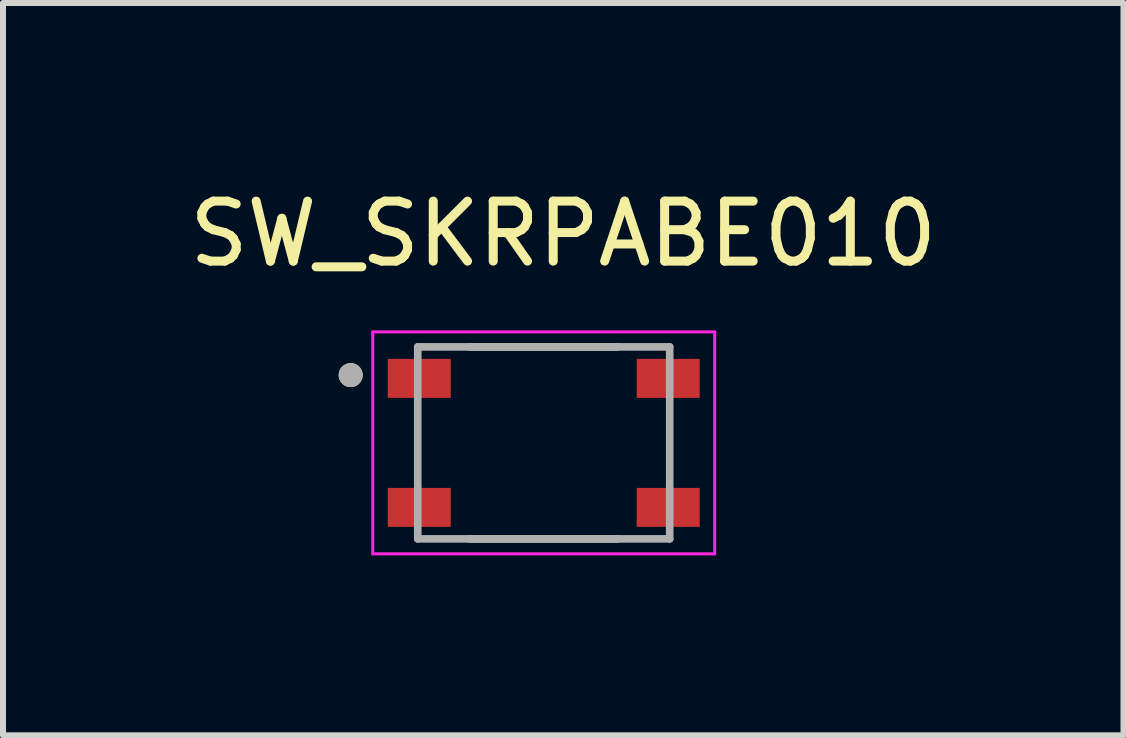
<source format=kicad_pcb>
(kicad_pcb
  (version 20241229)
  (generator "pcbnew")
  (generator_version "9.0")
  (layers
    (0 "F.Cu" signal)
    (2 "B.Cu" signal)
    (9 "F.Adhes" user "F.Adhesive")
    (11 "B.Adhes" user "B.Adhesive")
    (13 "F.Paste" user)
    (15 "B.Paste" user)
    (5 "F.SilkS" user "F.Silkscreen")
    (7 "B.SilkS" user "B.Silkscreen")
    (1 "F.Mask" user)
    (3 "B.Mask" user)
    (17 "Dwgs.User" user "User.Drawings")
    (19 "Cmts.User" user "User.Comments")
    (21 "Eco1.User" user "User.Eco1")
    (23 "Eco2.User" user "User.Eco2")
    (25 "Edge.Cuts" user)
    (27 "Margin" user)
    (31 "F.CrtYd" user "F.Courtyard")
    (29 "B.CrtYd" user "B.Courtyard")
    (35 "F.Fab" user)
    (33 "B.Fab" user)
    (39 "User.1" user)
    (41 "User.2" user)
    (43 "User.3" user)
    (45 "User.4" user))
  (footprint "SW_SKRPABE010"
    (layer "F.Cu")
    (at 6.014 4.333)
    (property "Reference" "SW_SKRPABE010" (at 0.325 -3.485 0) (layer "F.SilkS") (effects (font (size 1 1) (thickness 0.15))))
    (attr smd)
    (fp_line (start -1.23 -1.6) (end 1.23 -1.6) (stroke (width 0.127) (type solid)) (layer "F.SilkS"))
    (fp_line (start -1.23 1.6) (end 1.23 1.6) (stroke (width 0.127) (type solid)) (layer "F.SilkS"))
    (fp_circle (center -3.218 -1.13) (end -3.118 -1.13) (stroke (width 0.2) (type solid)) (fill no) (layer "F.SilkS"))
    (fp_line (start -2.85 -1.85) (end -2.85 1.85) (stroke (width 0.05) (type solid)) (layer "F.CrtYd"))
    (fp_line (start -2.85 1.85) (end 2.85 1.85) (stroke (width 0.05) (type solid)) (layer "F.CrtYd"))
    (fp_line (start 2.85 -1.85) (end -2.85 -1.85) (stroke (width 0.05) (type solid)) (layer "F.CrtYd"))
    (fp_line (start 2.85 1.85) (end 2.85 -1.85) (stroke (width 0.05) (type solid)) (layer "F.CrtYd"))
    (fp_line (start -2.1 -1.6) (end 2.1 -1.6) (stroke (width 0.127) (type solid)) (layer "F.Fab"))
    (fp_line (start -2.1 1.6) (end -2.1 -1.6) (stroke (width 0.127) (type solid)) (layer "F.Fab"))
    (fp_line (start 2.1 -1.6) (end 2.1 1.6) (stroke (width 0.127) (type solid)) (layer "F.Fab"))
    (fp_line (start 2.1 1.6) (end -2.1 1.6) (stroke (width 0.127) (type solid)) (layer "F.Fab"))
    (fp_circle (center -3.218 -1.13) (end -3.118 -1.13) (stroke (width 0.2) (type solid)) (fill no) (layer "F.Fab"))
    (pad "1" smd rect (at -2.075 -1.075) (size 1.05 0.65) (layers "F.Cu" "F.Mask" "F.Paste"))
    (pad "2" smd rect (at 2.075 -1.075) (size 1.05 0.65) (layers "F.Cu" "F.Mask" "F.Paste"))
    (pad "3" smd rect (at -2.075 1.075) (size 1.05 0.65) (layers "F.Cu" "F.Mask" "F.Paste"))
    (pad "4" smd rect (at 2.075 1.075) (size 1.05 0.65) (layers "F.Cu" "F.Mask" "F.Paste")))
  (gr_rect
    (start -3 -3)
    (end 15.679 9.208)
    (stroke (width 0.1) (type default))
    (fill no)
    (layer "Edge.Cuts")))
</source>
